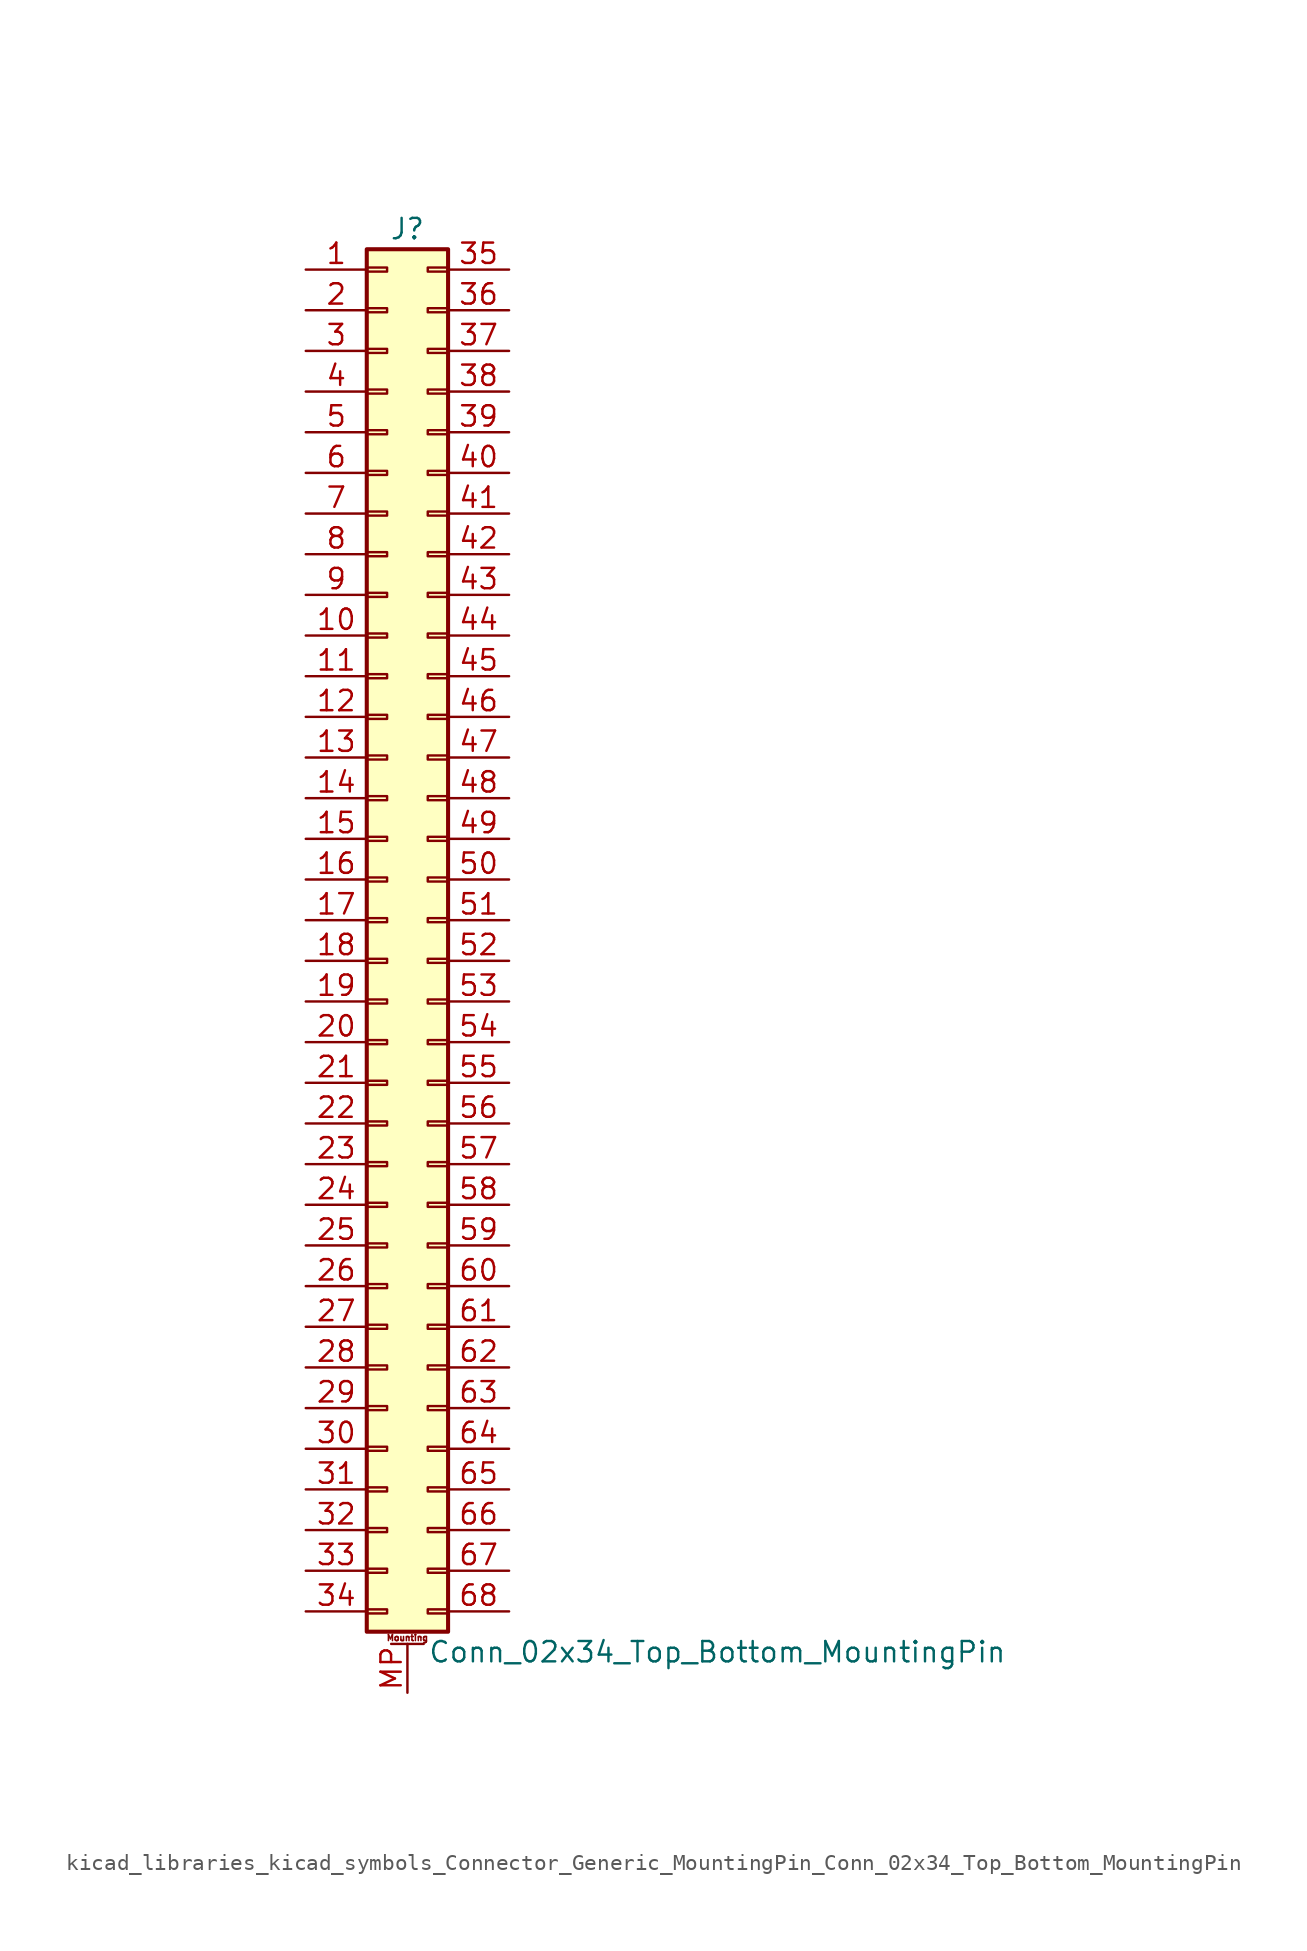
<source format=kicad_sym>
(kicad_symbol_lib
  (version 20220914)
  (generator kicad_symbol_editor)
  (symbol "kicad_libraries_kicad_symbols_Connector_Generic_MountingPin_Conn_02x34_Top_Bottom_MountingPin"
    (pin_names
      (offset 1.016) hide)
    (property "Reference" "J"
      (at 1.27 43.18 0)
      (effects (font (size 1.27 1.27))))
    (property "Value" "Conn_02x34_Top_Bottom_MountingPin"
      (at 2.54 -45.72 0)
      (effects (font (size 1.27 1.27)) (justify left)))
    (symbol "kicad_libraries_kicad_symbols_Connector_Generic_MountingPin_Conn_02x34_Top_Bottom_MountingPin_1_1"
      (rectangle (start -1.27 -43.053) (end 0 -43.307) (stroke (width 0.152) (type default)) (fill (type none)))
      (rectangle (start -1.27 -40.513) (end 0 -40.767) (stroke (width 0.152) (type default)) (fill (type none)))
      (rectangle (start -1.27 -37.973) (end 0 -38.227) (stroke (width 0.152) (type default)) (fill (type none)))
      (rectangle (start -1.27 -35.433) (end 0 -35.687) (stroke (width 0.152) (type default)) (fill (type none)))
      (rectangle (start -1.27 -32.893) (end 0 -33.147) (stroke (width 0.152) (type default)) (fill (type none)))
      (rectangle (start -1.27 -30.353) (end 0 -30.607) (stroke (width 0.152) (type default)) (fill (type none)))
      (rectangle (start -1.27 -27.813) (end 0 -28.067) (stroke (width 0.152) (type default)) (fill (type none)))
      (rectangle (start -1.27 -25.273) (end 0 -25.527) (stroke (width 0.152) (type default)) (fill (type none)))
      (rectangle (start -1.27 -22.733) (end 0 -22.987) (stroke (width 0.152) (type default)) (fill (type none)))
      (rectangle (start -1.27 -20.193) (end 0 -20.447) (stroke (width 0.152) (type default)) (fill (type none)))
      (rectangle (start -1.27 -17.653) (end 0 -17.907) (stroke (width 0.152) (type default)) (fill (type none)))
      (rectangle (start -1.27 -15.113) (end 0 -15.367) (stroke (width 0.152) (type default)) (fill (type none)))
      (rectangle (start -1.27 -12.573) (end 0 -12.827) (stroke (width 0.152) (type default)) (fill (type none)))
      (rectangle (start -1.27 -10.033) (end 0 -10.287) (stroke (width 0.152) (type default)) (fill (type none)))
      (rectangle (start -1.27 -7.493) (end 0 -7.747) (stroke (width 0.152) (type default)) (fill (type none)))
      (rectangle (start -1.27 -4.953) (end 0 -5.207) (stroke (width 0.152) (type default)) (fill (type none)))
      (rectangle (start -1.27 -2.413) (end 0 -2.667) (stroke (width 0.152) (type default)) (fill (type none)))
      (rectangle (start -1.27 0.127) (end 0 -0.127) (stroke (width 0.152) (type default)) (fill (type none)))
      (rectangle (start -1.27 2.667) (end 0 2.413) (stroke (width 0.152) (type default)) (fill (type none)))
      (rectangle (start -1.27 5.207) (end 0 4.953) (stroke (width 0.152) (type default)) (fill (type none)))
      (rectangle (start -1.27 7.747) (end 0 7.493) (stroke (width 0.152) (type default)) (fill (type none)))
      (rectangle (start -1.27 10.287) (end 0 10.033) (stroke (width 0.152) (type default)) (fill (type none)))
      (rectangle (start -1.27 12.827) (end 0 12.573) (stroke (width 0.152) (type default)) (fill (type none)))
      (rectangle (start -1.27 15.367) (end 0 15.113) (stroke (width 0.152) (type default)) (fill (type none)))
      (rectangle (start -1.27 17.907) (end 0 17.653) (stroke (width 0.152) (type default)) (fill (type none)))
      (rectangle (start -1.27 20.447) (end 0 20.193) (stroke (width 0.152) (type default)) (fill (type none)))
      (rectangle (start -1.27 22.987) (end 0 22.733) (stroke (width 0.152) (type default)) (fill (type none)))
      (rectangle (start -1.27 25.527) (end 0 25.273) (stroke (width 0.152) (type default)) (fill (type none)))
      (rectangle (start -1.27 28.067) (end 0 27.813) (stroke (width 0.152) (type default)) (fill (type none)))
      (rectangle (start -1.27 30.607) (end 0 30.353) (stroke (width 0.152) (type default)) (fill (type none)))
      (rectangle (start -1.27 33.147) (end 0 32.893) (stroke (width 0.152) (type default)) (fill (type none)))
      (rectangle (start -1.27 35.687) (end 0 35.433) (stroke (width 0.152) (type default)) (fill (type none)))
      (rectangle (start -1.27 38.227) (end 0 37.973) (stroke (width 0.152) (type default)) (fill (type none)))
      (rectangle (start -1.27 40.767) (end 0 40.513) (stroke (width 0.152) (type default)) (fill (type none)))
      (rectangle (start -1.27 41.91) (end 3.81 -44.45) (stroke (width 0.254) (type default)) (fill (type background)))
      (polyline (pts (xy 0.254 -45.212) (xy 2.286 -45.212)) (stroke (width 0.152) (type default)) (fill (type none)))
      (rectangle (start 3.81 -43.053) (end 2.54 -43.307) (stroke (width 0.152) (type default)) (fill (type none)))
      (rectangle (start 3.81 -40.513) (end 2.54 -40.767) (stroke (width 0.152) (type default)) (fill (type none)))
      (rectangle (start 3.81 -37.973) (end 2.54 -38.227) (stroke (width 0.152) (type default)) (fill (type none)))
      (rectangle (start 3.81 -35.433) (end 2.54 -35.687) (stroke (width 0.152) (type default)) (fill (type none)))
      (rectangle (start 3.81 -32.893) (end 2.54 -33.147) (stroke (width 0.152) (type default)) (fill (type none)))
      (rectangle (start 3.81 -30.353) (end 2.54 -30.607) (stroke (width 0.152) (type default)) (fill (type none)))
      (rectangle (start 3.81 -27.813) (end 2.54 -28.067) (stroke (width 0.152) (type default)) (fill (type none)))
      (rectangle (start 3.81 -25.273) (end 2.54 -25.527) (stroke (width 0.152) (type default)) (fill (type none)))
      (rectangle (start 3.81 -22.733) (end 2.54 -22.987) (stroke (width 0.152) (type default)) (fill (type none)))
      (rectangle (start 3.81 -20.193) (end 2.54 -20.447) (stroke (width 0.152) (type default)) (fill (type none)))
      (rectangle (start 3.81 -17.653) (end 2.54 -17.907) (stroke (width 0.152) (type default)) (fill (type none)))
      (rectangle (start 3.81 -15.113) (end 2.54 -15.367) (stroke (width 0.152) (type default)) (fill (type none)))
      (rectangle (start 3.81 -12.573) (end 2.54 -12.827) (stroke (width 0.152) (type default)) (fill (type none)))
      (rectangle (start 3.81 -10.033) (end 2.54 -10.287) (stroke (width 0.152) (type default)) (fill (type none)))
      (rectangle (start 3.81 -7.493) (end 2.54 -7.747) (stroke (width 0.152) (type default)) (fill (type none)))
      (rectangle (start 3.81 -4.953) (end 2.54 -5.207) (stroke (width 0.152) (type default)) (fill (type none)))
      (rectangle (start 3.81 -2.413) (end 2.54 -2.667) (stroke (width 0.152) (type default)) (fill (type none)))
      (rectangle (start 3.81 0.127) (end 2.54 -0.127) (stroke (width 0.152) (type default)) (fill (type none)))
      (rectangle (start 3.81 2.667) (end 2.54 2.413) (stroke (width 0.152) (type default)) (fill (type none)))
      (rectangle (start 3.81 5.207) (end 2.54 4.953) (stroke (width 0.152) (type default)) (fill (type none)))
      (rectangle (start 3.81 7.747) (end 2.54 7.493) (stroke (width 0.152) (type default)) (fill (type none)))
      (rectangle (start 3.81 10.287) (end 2.54 10.033) (stroke (width 0.152) (type default)) (fill (type none)))
      (rectangle (start 3.81 12.827) (end 2.54 12.573) (stroke (width 0.152) (type default)) (fill (type none)))
      (rectangle (start 3.81 15.367) (end 2.54 15.113) (stroke (width 0.152) (type default)) (fill (type none)))
      (rectangle (start 3.81 17.907) (end 2.54 17.653) (stroke (width 0.152) (type default)) (fill (type none)))
      (rectangle (start 3.81 20.447) (end 2.54 20.193) (stroke (width 0.152) (type default)) (fill (type none)))
      (rectangle (start 3.81 22.987) (end 2.54 22.733) (stroke (width 0.152) (type default)) (fill (type none)))
      (rectangle (start 3.81 25.527) (end 2.54 25.273) (stroke (width 0.152) (type default)) (fill (type none)))
      (rectangle (start 3.81 28.067) (end 2.54 27.813) (stroke (width 0.152) (type default)) (fill (type none)))
      (rectangle (start 3.81 30.607) (end 2.54 30.353) (stroke (width 0.152) (type default)) (fill (type none)))
      (rectangle (start 3.81 33.147) (end 2.54 32.893) (stroke (width 0.152) (type default)) (fill (type none)))
      (rectangle (start 3.81 35.687) (end 2.54 35.433) (stroke (width 0.152) (type default)) (fill (type none)))
      (rectangle (start 3.81 38.227) (end 2.54 37.973) (stroke (width 0.152) (type default)) (fill (type none)))
      (rectangle (start 3.81 40.767) (end 2.54 40.513) (stroke (width 0.152) (type default)) (fill (type none)))
      (text "Mounting" (at 1.27 -44.831 0) (effects (font (size 0.381 0.381))))
      (pin passive line (at -5.08 40.64 0) (length 3.81) (name "Pin_1" (effects (font (size 1.27 1.27)))) (number "1" (effects (font (size 1.27 1.27)))))
      (pin passive line (at -5.08 17.78 0) (length 3.81) (name "Pin_10" (effects (font (size 1.27 1.27)))) (number "10" (effects (font (size 1.27 1.27)))))
      (pin passive line (at -5.08 15.24 0) (length 3.81) (name "Pin_11" (effects (font (size 1.27 1.27)))) (number "11" (effects (font (size 1.27 1.27)))))
      (pin passive line (at -5.08 12.7 0) (length 3.81) (name "Pin_12" (effects (font (size 1.27 1.27)))) (number "12" (effects (font (size 1.27 1.27)))))
      (pin passive line (at -5.08 10.16 0) (length 3.81) (name "Pin_13" (effects (font (size 1.27 1.27)))) (number "13" (effects (font (size 1.27 1.27)))))
      (pin passive line (at -5.08 7.62 0) (length 3.81) (name "Pin_14" (effects (font (size 1.27 1.27)))) (number "14" (effects (font (size 1.27 1.27)))))
      (pin passive line (at -5.08 5.08 0) (length 3.81) (name "Pin_15" (effects (font (size 1.27 1.27)))) (number "15" (effects (font (size 1.27 1.27)))))
      (pin passive line (at -5.08 2.54 0) (length 3.81) (name "Pin_16" (effects (font (size 1.27 1.27)))) (number "16" (effects (font (size 1.27 1.27)))))
      (pin passive line (at -5.08 0 0) (length 3.81) (name "Pin_17" (effects (font (size 1.27 1.27)))) (number "17" (effects (font (size 1.27 1.27)))))
      (pin passive line (at -5.08 -2.54 0) (length 3.81) (name "Pin_18" (effects (font (size 1.27 1.27)))) (number "18" (effects (font (size 1.27 1.27)))))
      (pin passive line (at -5.08 -5.08 0) (length 3.81) (name "Pin_19" (effects (font (size 1.27 1.27)))) (number "19" (effects (font (size 1.27 1.27)))))
      (pin passive line (at -5.08 38.1 0) (length 3.81) (name "Pin_2" (effects (font (size 1.27 1.27)))) (number "2" (effects (font (size 1.27 1.27)))))
      (pin passive line (at -5.08 -7.62 0) (length 3.81) (name "Pin_20" (effects (font (size 1.27 1.27)))) (number "20" (effects (font (size 1.27 1.27)))))
      (pin passive line (at -5.08 -10.16 0) (length 3.81) (name "Pin_21" (effects (font (size 1.27 1.27)))) (number "21" (effects (font (size 1.27 1.27)))))
      (pin passive line (at -5.08 -12.7 0) (length 3.81) (name "Pin_22" (effects (font (size 1.27 1.27)))) (number "22" (effects (font (size 1.27 1.27)))))
      (pin passive line (at -5.08 -15.24 0) (length 3.81) (name "Pin_23" (effects (font (size 1.27 1.27)))) (number "23" (effects (font (size 1.27 1.27)))))
      (pin passive line (at -5.08 -17.78 0) (length 3.81) (name "Pin_24" (effects (font (size 1.27 1.27)))) (number "24" (effects (font (size 1.27 1.27)))))
      (pin passive line (at -5.08 -20.32 0) (length 3.81) (name "Pin_25" (effects (font (size 1.27 1.27)))) (number "25" (effects (font (size 1.27 1.27)))))
      (pin passive line (at -5.08 -22.86 0) (length 3.81) (name "Pin_26" (effects (font (size 1.27 1.27)))) (number "26" (effects (font (size 1.27 1.27)))))
      (pin passive line (at -5.08 -25.4 0) (length 3.81) (name "Pin_27" (effects (font (size 1.27 1.27)))) (number "27" (effects (font (size 1.27 1.27)))))
      (pin passive line (at -5.08 -27.94 0) (length 3.81) (name "Pin_28" (effects (font (size 1.27 1.27)))) (number "28" (effects (font (size 1.27 1.27)))))
      (pin passive line (at -5.08 -30.48 0) (length 3.81) (name "Pin_29" (effects (font (size 1.27 1.27)))) (number "29" (effects (font (size 1.27 1.27)))))
      (pin passive line (at -5.08 35.56 0) (length 3.81) (name "Pin_3" (effects (font (size 1.27 1.27)))) (number "3" (effects (font (size 1.27 1.27)))))
      (pin passive line (at -5.08 -33.02 0) (length 3.81) (name "Pin_30" (effects (font (size 1.27 1.27)))) (number "30" (effects (font (size 1.27 1.27)))))
      (pin passive line (at -5.08 -35.56 0) (length 3.81) (name "Pin_31" (effects (font (size 1.27 1.27)))) (number "31" (effects (font (size 1.27 1.27)))))
      (pin passive line (at -5.08 -38.1 0) (length 3.81) (name "Pin_32" (effects (font (size 1.27 1.27)))) (number "32" (effects (font (size 1.27 1.27)))))
      (pin passive line (at -5.08 -40.64 0) (length 3.81) (name "Pin_33" (effects (font (size 1.27 1.27)))) (number "33" (effects (font (size 1.27 1.27)))))
      (pin passive line (at -5.08 -43.18 0) (length 3.81) (name "Pin_34" (effects (font (size 1.27 1.27)))) (number "34" (effects (font (size 1.27 1.27)))))
      (pin passive line (at 7.62 40.64 180) (length 3.81) (name "Pin_35" (effects (font (size 1.27 1.27)))) (number "35" (effects (font (size 1.27 1.27)))))
      (pin passive line (at 7.62 38.1 180) (length 3.81) (name "Pin_36" (effects (font (size 1.27 1.27)))) (number "36" (effects (font (size 1.27 1.27)))))
      (pin passive line (at 7.62 35.56 180) (length 3.81) (name "Pin_37" (effects (font (size 1.27 1.27)))) (number "37" (effects (font (size 1.27 1.27)))))
      (pin passive line (at 7.62 33.02 180) (length 3.81) (name "Pin_38" (effects (font (size 1.27 1.27)))) (number "38" (effects (font (size 1.27 1.27)))))
      (pin passive line (at 7.62 30.48 180) (length 3.81) (name "Pin_39" (effects (font (size 1.27 1.27)))) (number "39" (effects (font (size 1.27 1.27)))))
      (pin passive line (at -5.08 33.02 0) (length 3.81) (name "Pin_4" (effects (font (size 1.27 1.27)))) (number "4" (effects (font (size 1.27 1.27)))))
      (pin passive line (at 7.62 27.94 180) (length 3.81) (name "Pin_40" (effects (font (size 1.27 1.27)))) (number "40" (effects (font (size 1.27 1.27)))))
      (pin passive line (at 7.62 25.4 180) (length 3.81) (name "Pin_41" (effects (font (size 1.27 1.27)))) (number "41" (effects (font (size 1.27 1.27)))))
      (pin passive line (at 7.62 22.86 180) (length 3.81) (name "Pin_42" (effects (font (size 1.27 1.27)))) (number "42" (effects (font (size 1.27 1.27)))))
      (pin passive line (at 7.62 20.32 180) (length 3.81) (name "Pin_43" (effects (font (size 1.27 1.27)))) (number "43" (effects (font (size 1.27 1.27)))))
      (pin passive line (at 7.62 17.78 180) (length 3.81) (name "Pin_44" (effects (font (size 1.27 1.27)))) (number "44" (effects (font (size 1.27 1.27)))))
      (pin passive line (at 7.62 15.24 180) (length 3.81) (name "Pin_45" (effects (font (size 1.27 1.27)))) (number "45" (effects (font (size 1.27 1.27)))))
      (pin passive line (at 7.62 12.7 180) (length 3.81) (name "Pin_46" (effects (font (size 1.27 1.27)))) (number "46" (effects (font (size 1.27 1.27)))))
      (pin passive line (at 7.62 10.16 180) (length 3.81) (name "Pin_47" (effects (font (size 1.27 1.27)))) (number "47" (effects (font (size 1.27 1.27)))))
      (pin passive line (at 7.62 7.62 180) (length 3.81) (name "Pin_48" (effects (font (size 1.27 1.27)))) (number "48" (effects (font (size 1.27 1.27)))))
      (pin passive line (at 7.62 5.08 180) (length 3.81) (name "Pin_49" (effects (font (size 1.27 1.27)))) (number "49" (effects (font (size 1.27 1.27)))))
      (pin passive line (at -5.08 30.48 0) (length 3.81) (name "Pin_5" (effects (font (size 1.27 1.27)))) (number "5" (effects (font (size 1.27 1.27)))))
      (pin passive line (at 7.62 2.54 180) (length 3.81) (name "Pin_50" (effects (font (size 1.27 1.27)))) (number "50" (effects (font (size 1.27 1.27)))))
      (pin passive line (at 7.62 0 180) (length 3.81) (name "Pin_51" (effects (font (size 1.27 1.27)))) (number "51" (effects (font (size 1.27 1.27)))))
      (pin passive line (at 7.62 -2.54 180) (length 3.81) (name "Pin_52" (effects (font (size 1.27 1.27)))) (number "52" (effects (font (size 1.27 1.27)))))
      (pin passive line (at 7.62 -5.08 180) (length 3.81) (name "Pin_53" (effects (font (size 1.27 1.27)))) (number "53" (effects (font (size 1.27 1.27)))))
      (pin passive line (at 7.62 -7.62 180) (length 3.81) (name "Pin_54" (effects (font (size 1.27 1.27)))) (number "54" (effects (font (size 1.27 1.27)))))
      (pin passive line (at 7.62 -10.16 180) (length 3.81) (name "Pin_55" (effects (font (size 1.27 1.27)))) (number "55" (effects (font (size 1.27 1.27)))))
      (pin passive line (at 7.62 -12.7 180) (length 3.81) (name "Pin_56" (effects (font (size 1.27 1.27)))) (number "56" (effects (font (size 1.27 1.27)))))
      (pin passive line (at 7.62 -15.24 180) (length 3.81) (name "Pin_57" (effects (font (size 1.27 1.27)))) (number "57" (effects (font (size 1.27 1.27)))))
      (pin passive line (at 7.62 -17.78 180) (length 3.81) (name "Pin_58" (effects (font (size 1.27 1.27)))) (number "58" (effects (font (size 1.27 1.27)))))
      (pin passive line (at 7.62 -20.32 180) (length 3.81) (name "Pin_59" (effects (font (size 1.27 1.27)))) (number "59" (effects (font (size 1.27 1.27)))))
      (pin passive line (at -5.08 27.94 0) (length 3.81) (name "Pin_6" (effects (font (size 1.27 1.27)))) (number "6" (effects (font (size 1.27 1.27)))))
      (pin passive line (at 7.62 -22.86 180) (length 3.81) (name "Pin_60" (effects (font (size 1.27 1.27)))) (number "60" (effects (font (size 1.27 1.27)))))
      (pin passive line (at 7.62 -25.4 180) (length 3.81) (name "Pin_61" (effects (font (size 1.27 1.27)))) (number "61" (effects (font (size 1.27 1.27)))))
      (pin passive line (at 7.62 -27.94 180) (length 3.81) (name "Pin_62" (effects (font (size 1.27 1.27)))) (number "62" (effects (font (size 1.27 1.27)))))
      (pin passive line (at 7.62 -30.48 180) (length 3.81) (name "Pin_63" (effects (font (size 1.27 1.27)))) (number "63" (effects (font (size 1.27 1.27)))))
      (pin passive line (at 7.62 -33.02 180) (length 3.81) (name "Pin_64" (effects (font (size 1.27 1.27)))) (number "64" (effects (font (size 1.27 1.27)))))
      (pin passive line (at 7.62 -35.56 180) (length 3.81) (name "Pin_65" (effects (font (size 1.27 1.27)))) (number "65" (effects (font (size 1.27 1.27)))))
      (pin passive line (at 7.62 -38.1 180) (length 3.81) (name "Pin_66" (effects (font (size 1.27 1.27)))) (number "66" (effects (font (size 1.27 1.27)))))
      (pin passive line (at 7.62 -40.64 180) (length 3.81) (name "Pin_67" (effects (font (size 1.27 1.27)))) (number "67" (effects (font (size 1.27 1.27)))))
      (pin passive line (at 7.62 -43.18 180) (length 3.81) (name "Pin_68" (effects (font (size 1.27 1.27)))) (number "68" (effects (font (size 1.27 1.27)))))
      (pin passive line (at -5.08 25.4 0) (length 3.81) (name "Pin_7" (effects (font (size 1.27 1.27)))) (number "7" (effects (font (size 1.27 1.27)))))
      (pin passive line (at -5.08 22.86 0) (length 3.81) (name "Pin_8" (effects (font (size 1.27 1.27)))) (number "8" (effects (font (size 1.27 1.27)))))
      (pin passive line (at -5.08 20.32 0) (length 3.81) (name "Pin_9" (effects (font (size 1.27 1.27)))) (number "9" (effects (font (size 1.27 1.27)))))
      (pin passive line (at 1.27 -48.26 90) (length 3.048) (name "MountPin" (effects (font (size 1.27 1.27)))) (number "MP" (effects (font (size 1.27 1.27))))))))
</source>
